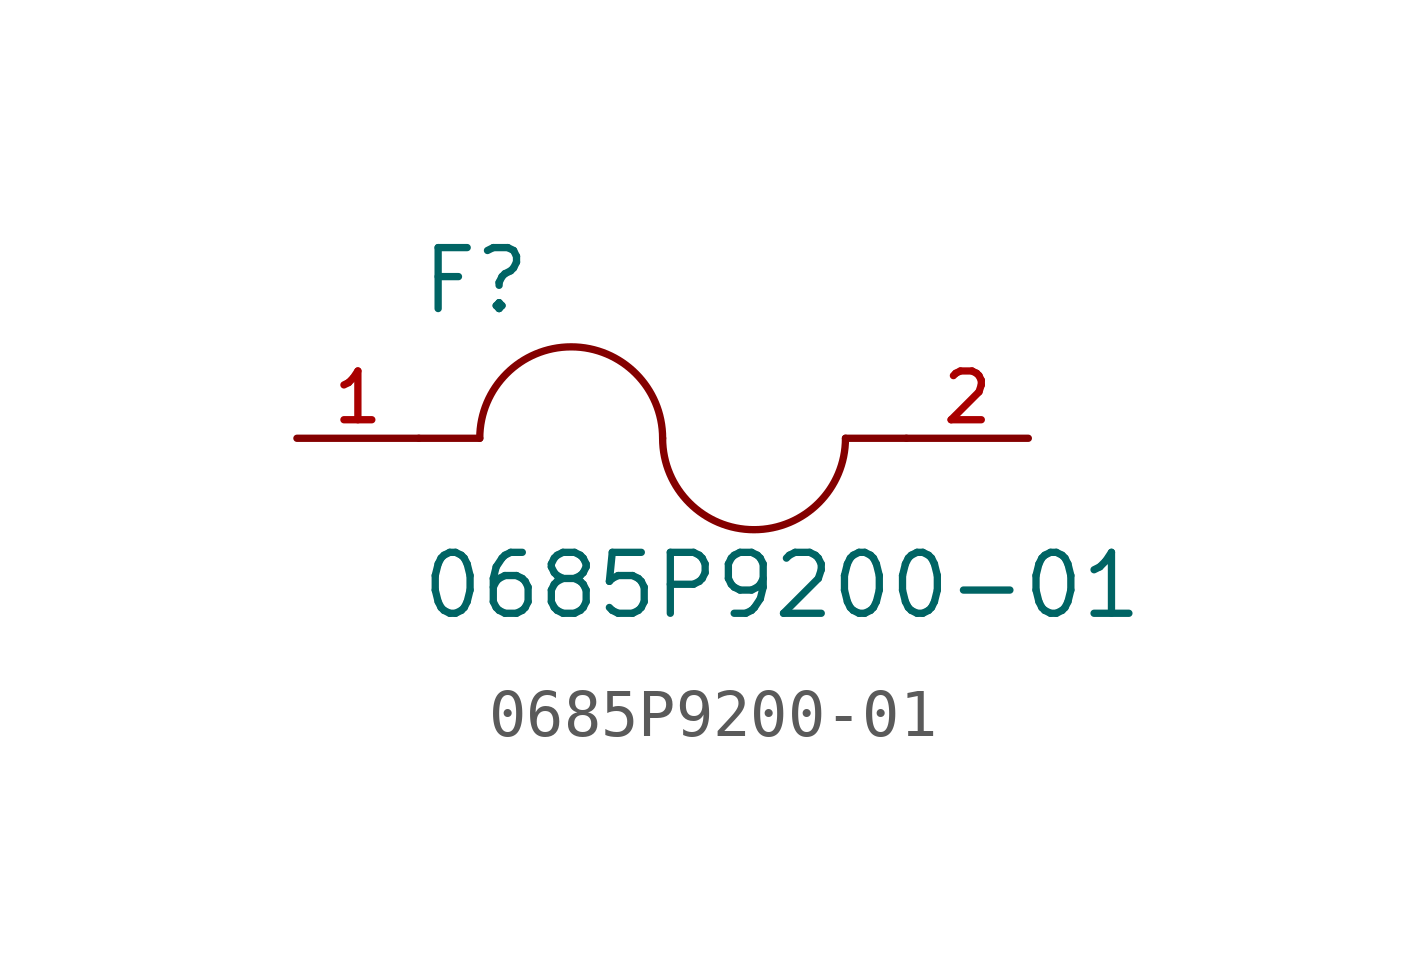
<source format=kicad_sym>
(kicad_symbol_lib
  (version 20211014)
  (generator kicad_symbol_editor)
  (symbol "0685P9200-01"
    (pin_names
      (offset 1.016))
    (property "Reference" "F"
      (at -5.08 2.54 0)
      (effects (font (size 1.27 1.27)) (justify bottom left)))
    (property "Value" "0685P9200-01"
      (at -5.08 -3.81 0)
      (effects (font (size 1.27 1.27)) (justify bottom left)))
    (symbol "0685P9200-01_0_0"
      (arc (start 0.0 0.0) (mid -1.905 1.905) (end -3.81 0.0) (stroke (width 0.1524) (type default) (color 0 0 0 0)) (fill (type none)))
      (arc (start 3.81 0.0) (mid 1.905 -1.905) (end 0.0 0.0) (stroke (width 0.1524) (type default) (color 0 0 0 0)) (fill (type none)))
      (polyline (pts (xy 5.08 0.0) (xy 3.81 0.0)) (stroke (width 0.152)))
      (polyline (pts (xy -5.08 0.0) (xy -3.81 0.0)) (stroke (width 0.152)))
      (pin passive line (at -7.62 0.0 0) (length 2.54) (name "~" (effects (font (size 1.016 1.016)))) (number "1" (effects (font (size 1.016 1.016)))))
      (pin passive line (at 7.62 0.0 180.0) (length 2.54) (name "~" (effects (font (size 1.016 1.016)))) (number "2" (effects (font (size 1.016 1.016))))))))
</source>
